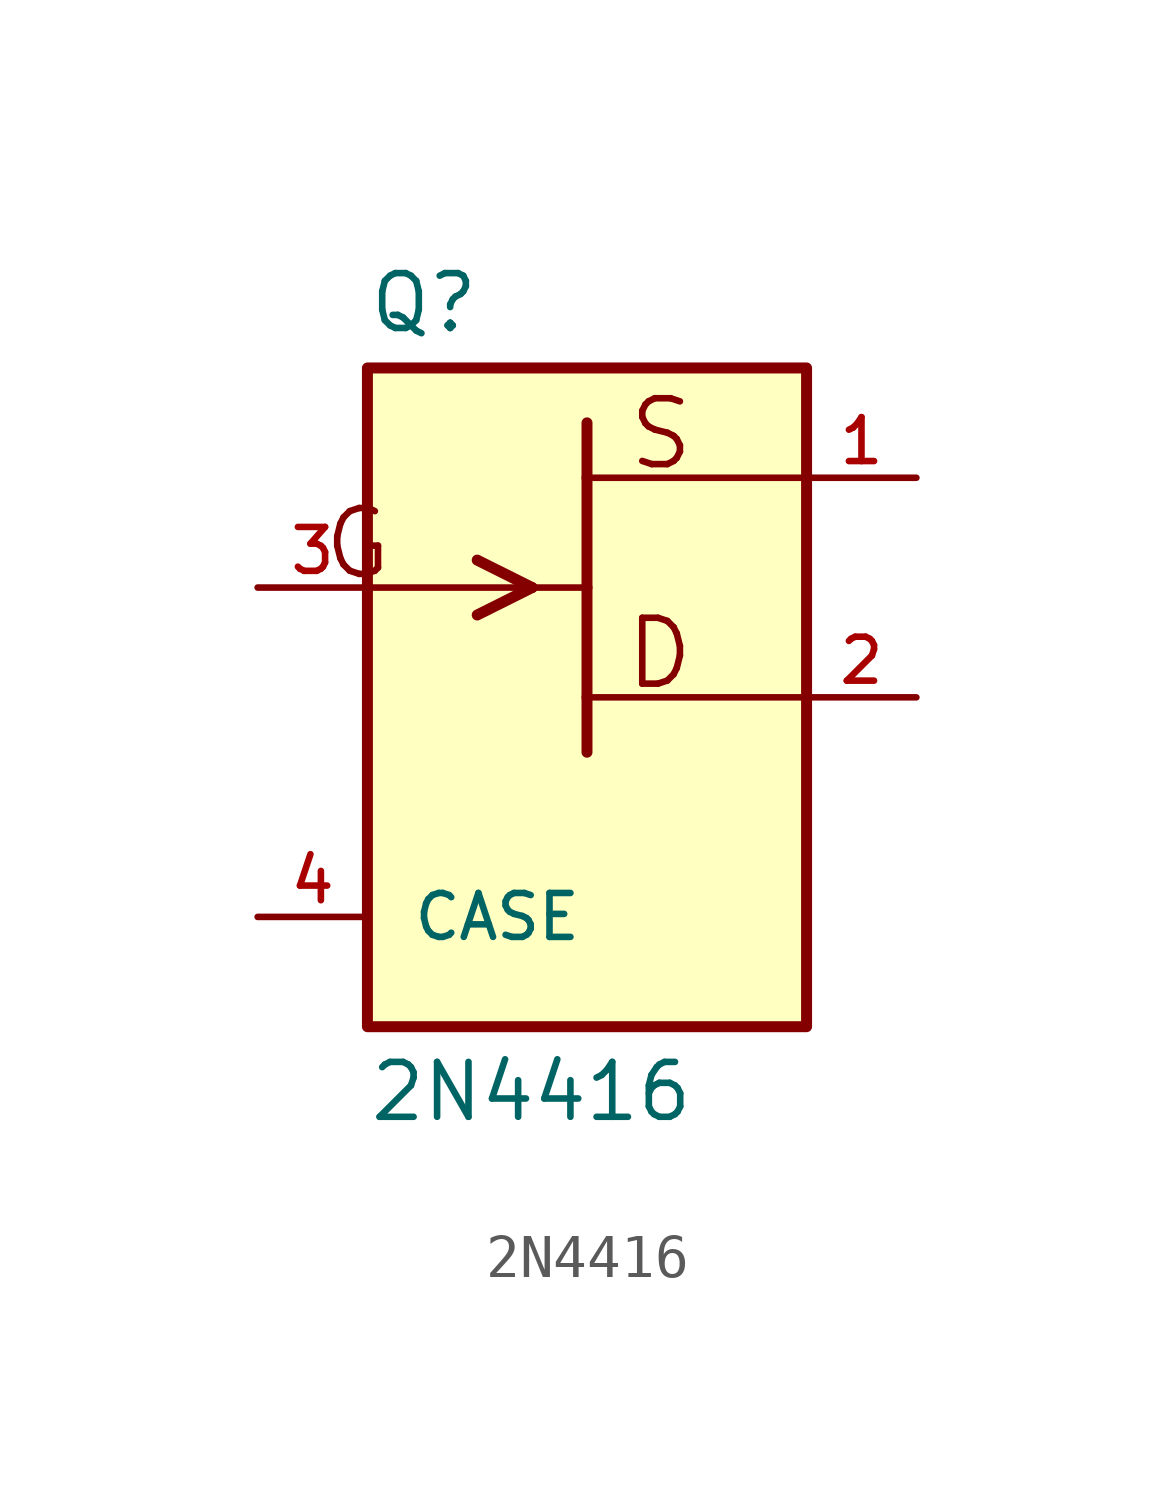
<source format=kicad_sym>
(kicad_symbol_lib
  (version 20211014)
  (generator kicad_symbol_editor)
  (symbol "2N4416"
    (pin_names
      (offset 1.016))
    (property "Reference" "Q"
      (at -5.08 8.382 0)
      (effects (font (size 1.27 1.27)) (justify left bottom)))
    (property "Value" "2N4416"
      (at -5.08 -8.382 0)
      (effects (font (size 1.27 1.27)) (justify left top)))
    (symbol "2N4416_0_0"
      (rectangle (start -5.08 -7.62) (end 5.08 7.62) (stroke (width 0.254) (type default) (color 0 0 0 0)) (fill (type background)))
      (polyline (pts (xy -5.08 2.54) (xy -1.27 2.54)) (stroke (width 0.152) (type default) (color 0 0 0 0)) (fill (type none)))
      (polyline (pts (xy -1.27 2.54) (xy -2.54 1.905)) (stroke (width 0.254) (type default) (color 0 0 0 0)) (fill (type none)))
      (polyline (pts (xy -1.27 2.54) (xy -2.54 3.175)) (stroke (width 0.254) (type default) (color 0 0 0 0)) (fill (type none)))
      (polyline (pts (xy -1.27 2.54) (xy 0 2.54)) (stroke (width 0.152) (type default) (color 0 0 0 0)) (fill (type none)))
      (polyline (pts (xy 0 -1.27) (xy 0 0)) (stroke (width 0.254) (type default) (color 0 0 0 0)) (fill (type none)))
      (polyline (pts (xy 0 0) (xy 0 2.54)) (stroke (width 0.254) (type default) (color 0 0 0 0)) (fill (type none)))
      (polyline (pts (xy 0 2.54) (xy 0 5.08)) (stroke (width 0.254) (type default) (color 0 0 0 0)) (fill (type none)))
      (polyline (pts (xy 0 5.08) (xy 0 6.35)) (stroke (width 0.254) (type default) (color 0 0 0 0)) (fill (type none)))
      (polyline (pts (xy 0 5.08) (xy 5.08 5.08)) (stroke (width 0.152) (type default) (color 0 0 0 0)) (fill (type none)))
      (polyline (pts (xy 5.08 0) (xy 0 0)) (stroke (width 0.152) (type default) (color 0 0 0 0)) (fill (type none)))
      (text "D" (at 2.54 1.905 0) (effects (font (size 1.524 1.524)) (justify right top mirror)))
      (text "G" (at -4.445 4.445 0) (effects (font (size 1.524 1.524)) (justify right top mirror)))
      (text "S" (at 2.54 6.985 0) (effects (font (size 1.524 1.524)) (justify right top mirror)))
      (pin passive line (at 7.62 5.08 180) (length 2.54) (name "~" (effects (font (size 1.016 1.016)))) (number "1" (effects (font (size 1.016 1.016)))))
      (pin passive line (at 7.62 0 180) (length 2.54) (name "~" (effects (font (size 1.016 1.016)))) (number "2" (effects (font (size 1.016 1.016)))))
      (pin passive line (at -7.62 2.54 0) (length 2.54) (name "~" (effects (font (size 1.016 1.016)))) (number "3" (effects (font (size 1.016 1.016)))))
      (pin passive line (at -7.62 -5.08 0) (length 2.54) (name "CASE" (effects (font (size 1.016 1.016)))) (number "4" (effects (font (size 1.016 1.016))))))))
</source>
